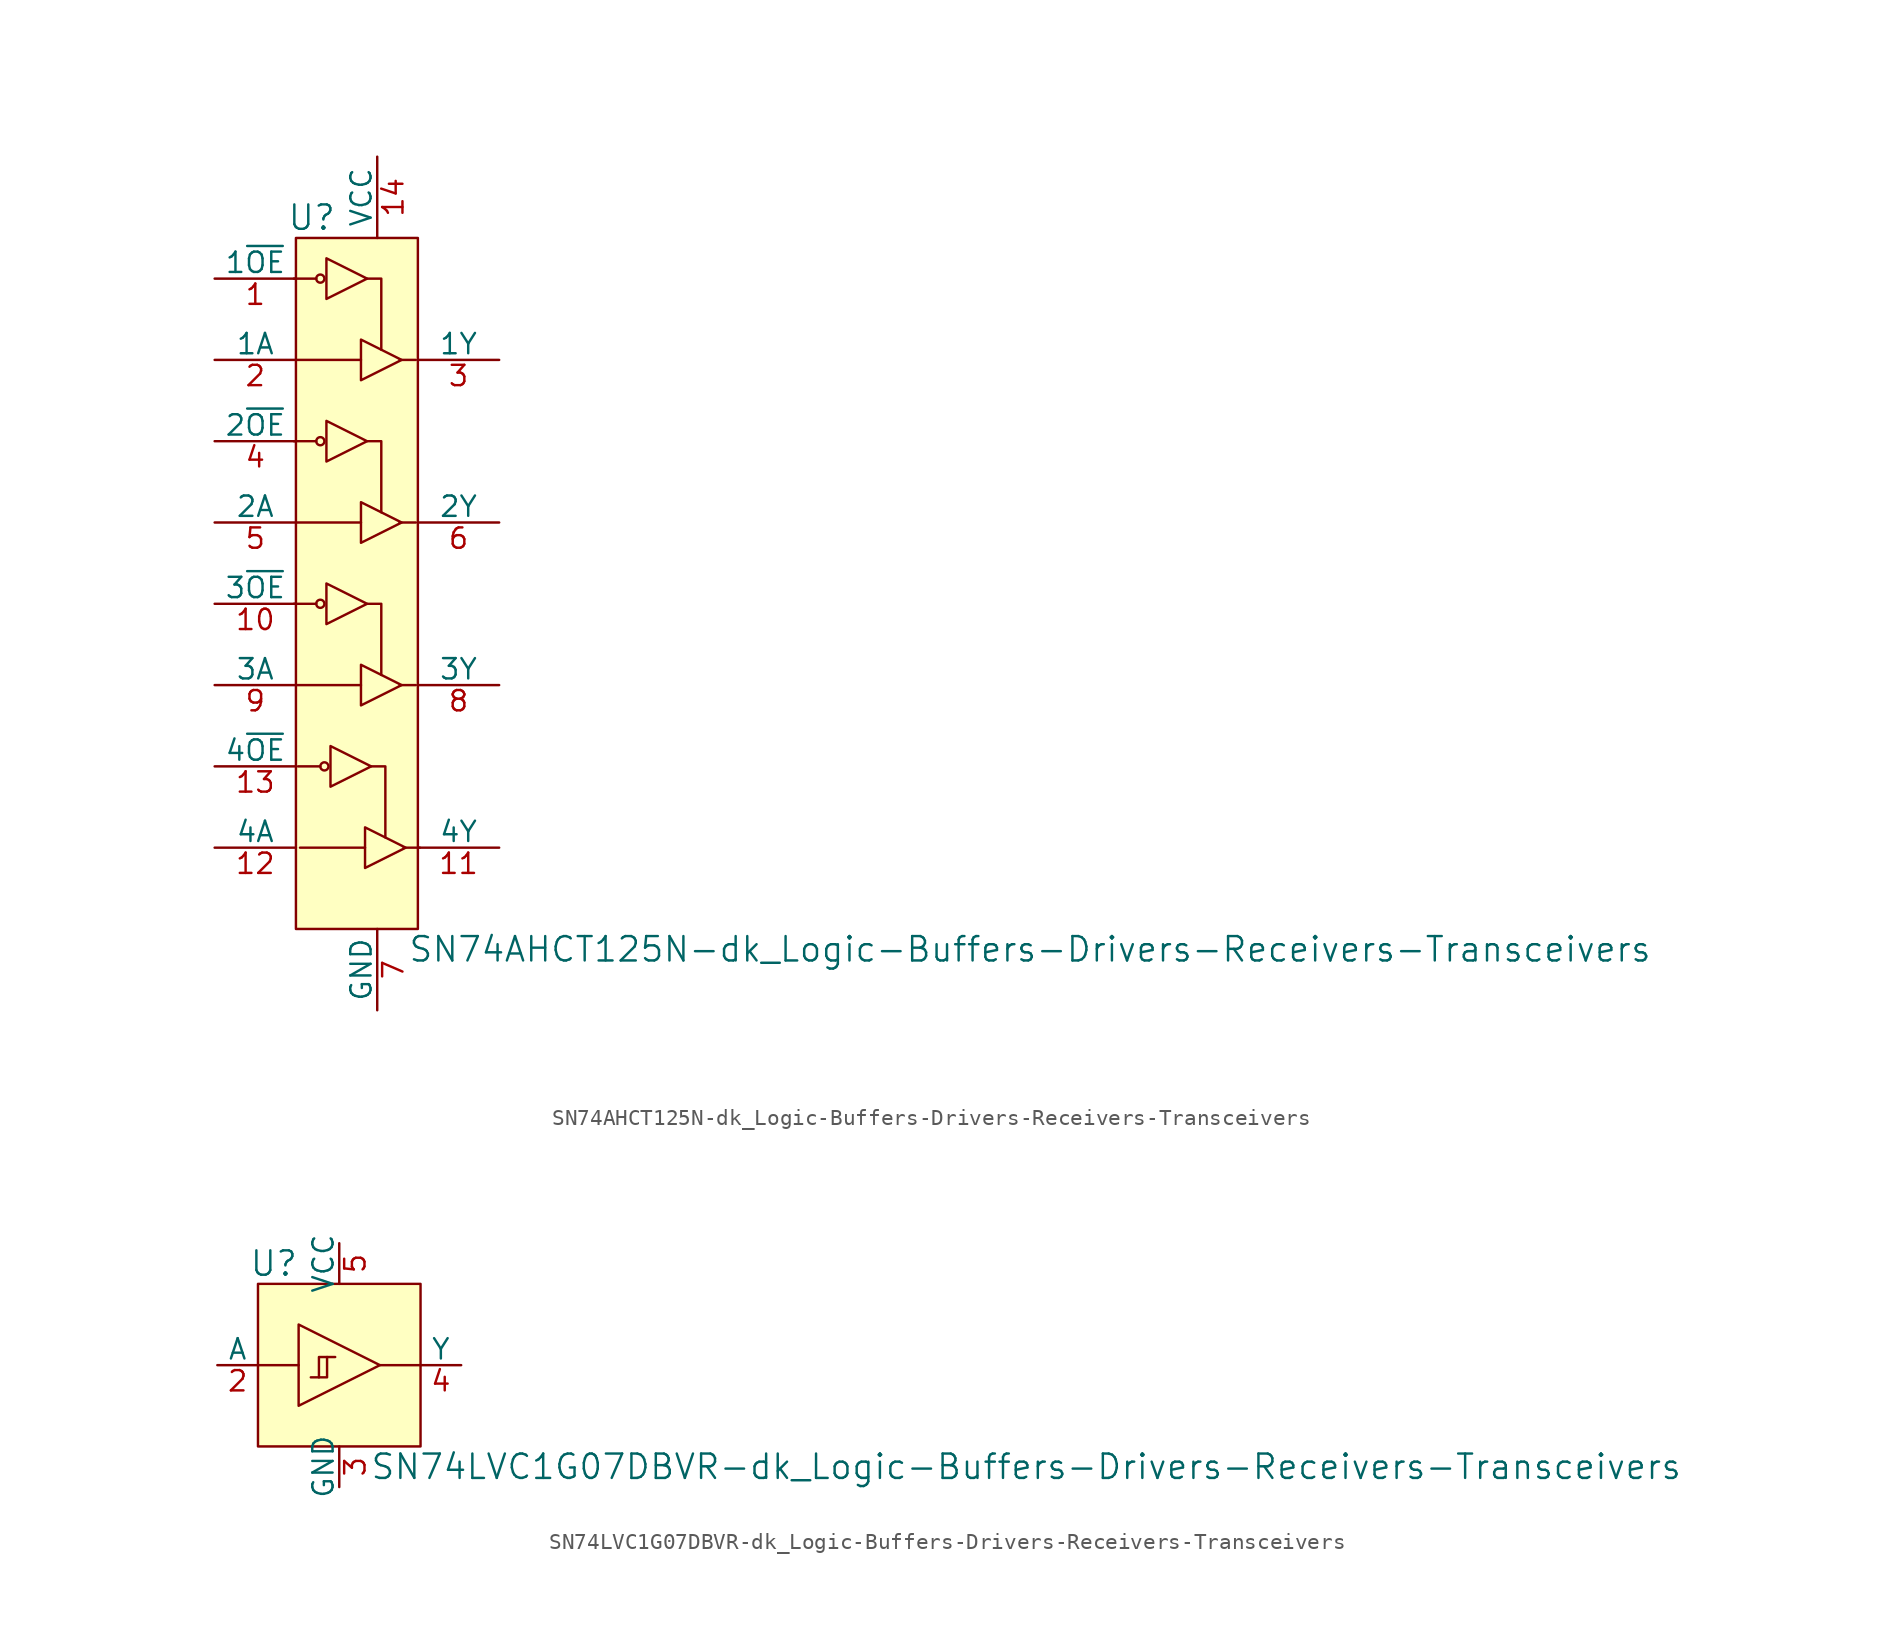
<source format=kicad_sym>
(kicad_symbol_lib
  (version 20211014)
  (generator kicad_symbol_editor)
  (symbol "SN74AHCT125N-dk_Logic-Buffers-Drivers-Receivers-Transceivers"
    (pin_names
      (offset 0))
    (property "Reference" "U"
      (at -2.54 13.97 0)
      (effects (font (size 1.524 1.524)) (justify right)))
    (property "Value" "SN74AHCT125N-dk_Logic-Buffers-Drivers-Receivers-Transceivers"
      (at 1.905 -31.75 0)
      (effects (font (size 1.524 1.524)) (justify left)))
    (symbol "SN74AHCT125N-dk_Logic-Buffers-Drivers-Receivers-Transceivers_0_1"
      (rectangle (start -5.08 12.7) (end 2.54 -30.48) (stroke (width 0) (type default) (color 0 0 0 0)) (fill (type background)))
      (circle (center -3.556 -10.16) (radius 0.254) (stroke (width 0) (type default) (color 0 0 0 0)) (fill (type none)))
      (circle (center -3.556 0) (radius 0.254) (stroke (width 0) (type default) (color 0 0 0 0)) (fill (type none)))
      (circle (center -3.556 10.16) (radius 0.254) (stroke (width 0) (type default) (color 0 0 0 0)) (fill (type none)))
      (circle (center -3.302 -20.32) (radius 0.254) (stroke (width 0) (type default) (color 0 0 0 0)) (fill (type none)))
      (polyline (pts (xy -3.81 -10.16) (xy -5.207 -10.16)) (stroke (width 0) (type default) (color 0 0 0 0)) (fill (type none)))
      (polyline (pts (xy -3.81 0) (xy -5.207 0)) (stroke (width 0) (type default) (color 0 0 0 0)) (fill (type none)))
      (polyline (pts (xy -3.81 10.16) (xy -5.207 10.16)) (stroke (width 0) (type default) (color 0 0 0 0)) (fill (type none)))
      (polyline (pts (xy -3.556 -20.32) (xy -4.953 -20.32)) (stroke (width 0) (type default) (color 0 0 0 0)) (fill (type none)))
      (polyline (pts (xy -1.016 -15.24) (xy -5.08 -15.24)) (stroke (width 0) (type default) (color 0 0 0 0)) (fill (type none)))
      (polyline (pts (xy -1.016 -5.08) (xy -5.08 -5.08)) (stroke (width 0) (type default) (color 0 0 0 0)) (fill (type none)))
      (polyline (pts (xy -1.016 5.08) (xy -5.08 5.08)) (stroke (width 0) (type default) (color 0 0 0 0)) (fill (type none)))
      (polyline (pts (xy -0.762 -25.4) (xy -4.826 -25.4)) (stroke (width 0) (type default) (color 0 0 0 0)) (fill (type none)))
      (polyline (pts (xy 1.397 -15.24) (xy 2.413 -15.24)) (stroke (width 0) (type default) (color 0 0 0 0)) (fill (type none)))
      (polyline (pts (xy 1.397 -5.08) (xy 2.413 -5.08)) (stroke (width 0) (type default) (color 0 0 0 0)) (fill (type none)))
      (polyline (pts (xy 1.397 5.08) (xy 2.413 5.08)) (stroke (width 0) (type default) (color 0 0 0 0)) (fill (type none)))
      (polyline (pts (xy 1.651 -25.4) (xy 2.667 -25.4)) (stroke (width 0) (type default) (color 0 0 0 0)) (fill (type none)))
      (polyline (pts (xy 0.254 -14.605) (xy 0.254 -10.16) (xy -0.635 -10.16)) (stroke (width 0) (type default) (color 0 0 0 0)) (fill (type none)))
      (polyline (pts (xy 0.254 -4.445) (xy 0.254 0) (xy -0.635 0)) (stroke (width 0) (type default) (color 0 0 0 0)) (fill (type none)))
      (polyline (pts (xy 0.254 5.715) (xy 0.254 10.16) (xy -0.635 10.16)) (stroke (width 0) (type default) (color 0 0 0 0)) (fill (type none)))
      (polyline (pts (xy 0.508 -24.765) (xy 0.508 -20.32) (xy -0.381 -20.32)) (stroke (width 0) (type default) (color 0 0 0 0)) (fill (type none)))
      (polyline (pts (xy -3.175 -8.89) (xy -3.175 -10.16) (xy -3.175 -11.43) (xy -0.635 -10.16) (xy -3.175 -8.89)) (stroke (width 0) (type default) (color 0 0 0 0)) (fill (type none)))
      (polyline (pts (xy -3.175 1.27) (xy -3.175 0) (xy -3.175 -1.27) (xy -0.635 0) (xy -3.175 1.27)) (stroke (width 0) (type default) (color 0 0 0 0)) (fill (type none)))
      (polyline (pts (xy -3.175 11.43) (xy -3.175 10.16) (xy -3.175 8.89) (xy -0.635 10.16) (xy -3.175 11.43)) (stroke (width 0) (type default) (color 0 0 0 0)) (fill (type none)))
      (polyline (pts (xy -2.921 -19.05) (xy -2.921 -20.32) (xy -2.921 -21.59) (xy -0.381 -20.32) (xy -2.921 -19.05)) (stroke (width 0) (type default) (color 0 0 0 0)) (fill (type none)))
      (polyline (pts (xy -1.016 -13.97) (xy -1.016 -15.24) (xy -1.016 -16.51) (xy 1.524 -15.24) (xy -1.016 -13.97)) (stroke (width 0) (type default) (color 0 0 0 0)) (fill (type none)))
      (polyline (pts (xy -1.016 -3.81) (xy -1.016 -5.08) (xy -1.016 -6.35) (xy 1.524 -5.08) (xy -1.016 -3.81)) (stroke (width 0) (type default) (color 0 0 0 0)) (fill (type none)))
      (polyline (pts (xy -1.016 6.35) (xy -1.016 5.08) (xy -1.016 3.81) (xy 1.524 5.08) (xy -1.016 6.35)) (stroke (width 0) (type default) (color 0 0 0 0)) (fill (type none)))
      (polyline (pts (xy -0.762 -24.13) (xy -0.762 -25.4) (xy -0.762 -26.67) (xy 1.778 -25.4) (xy -0.762 -24.13)) (stroke (width 0) (type default) (color 0 0 0 0)) (fill (type none))))
    (symbol "SN74AHCT125N-dk_Logic-Buffers-Drivers-Receivers-Transceivers_1_1"
      (pin input line (at -10.16 10.16 0) (length 5.08) (name "1~{OE}" (effects (font (size 1.27 1.27)))) (number "1" (effects (font (size 1.27 1.27)))))
      (pin input line (at -10.16 -10.16 0) (length 5.08) (name "3~{OE}" (effects (font (size 1.27 1.27)))) (number "10" (effects (font (size 1.27 1.27)))))
      (pin output line (at 7.62 -25.4 180) (length 5.08) (name "4Y" (effects (font (size 1.27 1.27)))) (number "11" (effects (font (size 1.27 1.27)))))
      (pin input line (at -10.16 -25.4 0) (length 5.08) (name "4A" (effects (font (size 1.27 1.27)))) (number "12" (effects (font (size 1.27 1.27)))))
      (pin input line (at -10.16 -20.32 0) (length 5.08) (name "4~{OE}" (effects (font (size 1.27 1.27)))) (number "13" (effects (font (size 1.27 1.27)))))
      (pin power_in line (at 0 17.78 270) (length 5.08) (name "VCC" (effects (font (size 1.27 1.27)))) (number "14" (effects (font (size 1.27 1.27)))))
      (pin input line (at -10.16 5.08 0) (length 5.08) (name "1A" (effects (font (size 1.27 1.27)))) (number "2" (effects (font (size 1.27 1.27)))))
      (pin output line (at 7.62 5.08 180) (length 5.08) (name "1Y" (effects (font (size 1.27 1.27)))) (number "3" (effects (font (size 1.27 1.27)))))
      (pin input line (at -10.16 0 0) (length 5.08) (name "2~{OE}" (effects (font (size 1.27 1.27)))) (number "4" (effects (font (size 1.27 1.27)))))
      (pin input line (at -10.16 -5.08 0) (length 5.08) (name "2A" (effects (font (size 1.27 1.27)))) (number "5" (effects (font (size 1.27 1.27)))))
      (pin output line (at 7.62 -5.08 180) (length 5.08) (name "2Y" (effects (font (size 1.27 1.27)))) (number "6" (effects (font (size 1.27 1.27)))))
      (pin power_in line (at 0 -35.56 90) (length 5.08) (name "GND" (effects (font (size 1.27 1.27)))) (number "7" (effects (font (size 1.27 1.27)))))
      (pin output line (at 7.62 -15.24 180) (length 5.08) (name "3Y" (effects (font (size 1.27 1.27)))) (number "8" (effects (font (size 1.27 1.27)))))
      (pin input line (at -10.16 -15.24 0) (length 5.08) (name "3A" (effects (font (size 1.27 1.27)))) (number "9" (effects (font (size 1.27 1.27)))))))
  (symbol "SN74LVC1G07DBVR-dk_Logic-Buffers-Drivers-Receivers-Transceivers"
    (pin_names
      (offset 0))
    (property "Reference" "U"
      (at -2.54 6.35 0)
      (effects (font (size 1.524 1.524)) (justify right)))
    (property "Value" "SN74LVC1G07DBVR-dk_Logic-Buffers-Drivers-Receivers-Transceivers"
      (at 1.905 -6.35 0)
      (effects (font (size 1.524 1.524)) (justify left)))
    (symbol "SN74LVC1G07DBVR-dk_Logic-Buffers-Drivers-Receivers-Transceivers_0_1"
      (rectangle (start -5.08 5.08) (end 5.08 -5.08) (stroke (width 0) (type default) (color 0 0 0 0)) (fill (type background)))
      (polyline (pts (xy -2.54 0) (xy -5.08 0)) (stroke (width 0) (type default) (color 0 0 0 0)) (fill (type none)))
      (polyline (pts (xy 2.54 0) (xy 5.08 0)) (stroke (width 0) (type default) (color 0 0 0 0)) (fill (type background)))
      (polyline (pts (xy -2.54 2.54) (xy -2.54 -2.54) (xy 2.54 0) (xy -2.54 2.54)) (stroke (width 0) (type default) (color 0 0 0 0)) (fill (type background)))
      (polyline (pts (xy -1.778 -0.762) (xy -1.27 -0.762) (xy -1.27 0.508) (xy -0.762 0.508)) (stroke (width 0) (type default) (color 0 0 0 0)) (fill (type none)))
      (polyline (pts (xy -0.254 0.508) (xy -0.762 0.508) (xy -0.762 -0.762) (xy -1.27 -0.762)) (stroke (width 0) (type default) (color 0 0 0 0)) (fill (type none))))
    (symbol "SN74LVC1G07DBVR-dk_Logic-Buffers-Drivers-Receivers-Transceivers_1_1"
      (pin no_connect line (at -7.62 -5.08 0) (length 2.54) hide (name "NC" (effects (font (size 1.27 1.27)))) (number "1" (effects (font (size 1.27 1.27)))))
      (pin input line (at -7.62 0 0) (length 2.54) (name "A" (effects (font (size 1.27 1.27)))) (number "2" (effects (font (size 1.27 1.27)))))
      (pin power_in line (at 0 -7.62 90) (length 2.54) (name "GND" (effects (font (size 1.27 1.27)))) (number "3" (effects (font (size 1.27 1.27)))))
      (pin output line (at 7.62 0 180) (length 2.54) (name "Y" (effects (font (size 1.27 1.27)))) (number "4" (effects (font (size 1.27 1.27)))))
      (pin power_in line (at 0 7.62 270) (length 2.54) (name "VCC" (effects (font (size 1.27 1.27)))) (number "5" (effects (font (size 1.27 1.27))))))))
</source>
